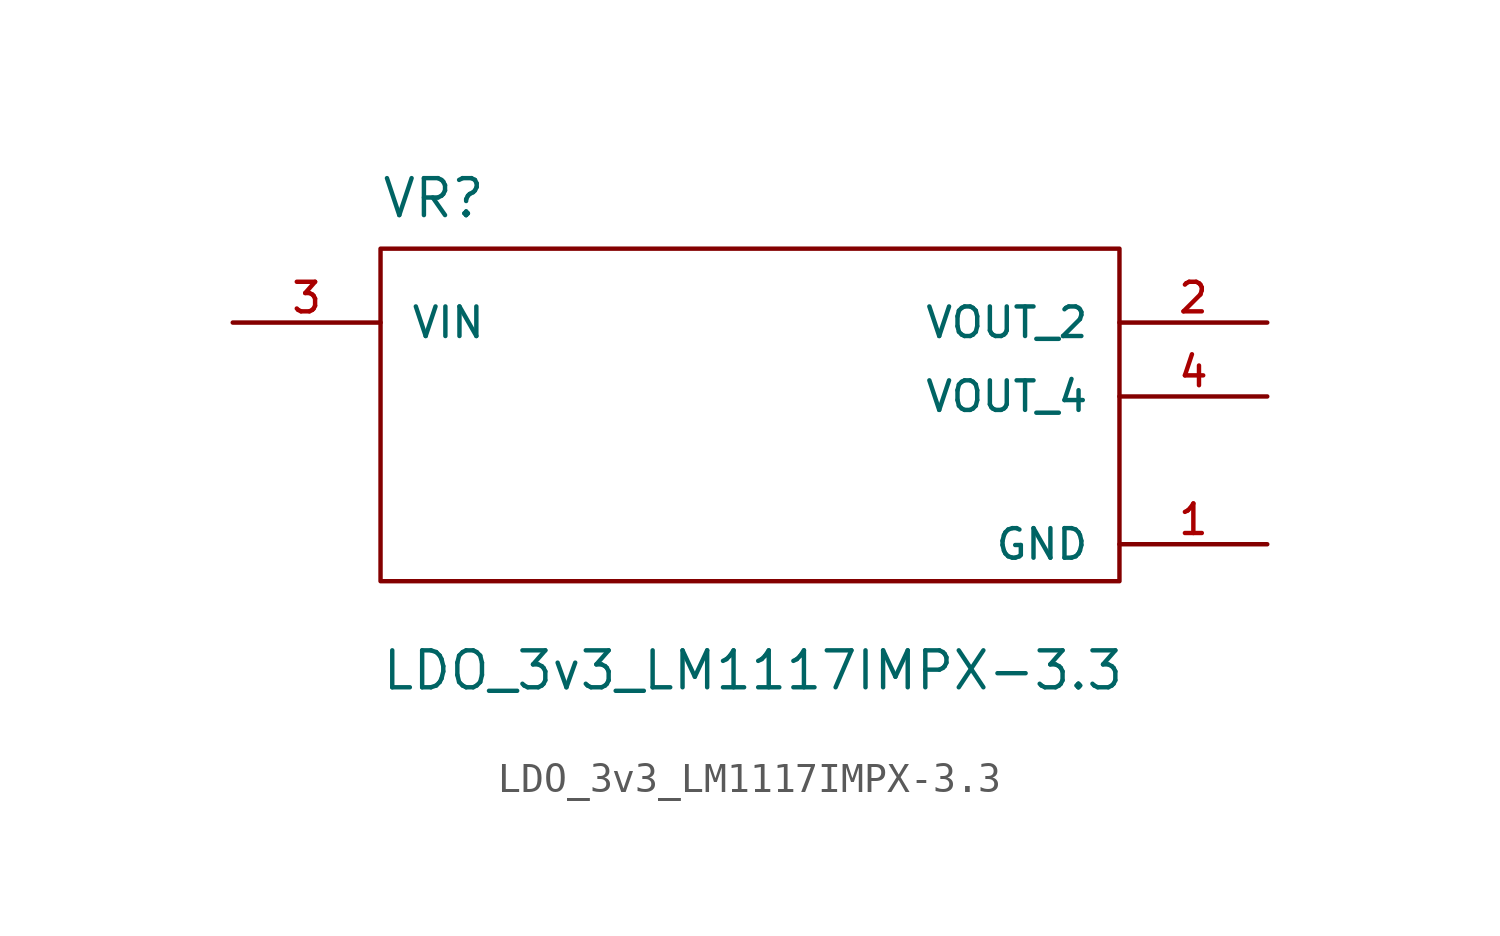
<source format=kicad_sym>
(kicad_symbol_lib
  (version 20201005)
  (generator kicad_symbol_editor)
  (symbol "NB3_hindbrain:LDO_3v3_LM1117IMPX-3.3"
    (pin_names
      (offset 1.016))
    (property "Reference" "VR"
      (at 0 0.991 0)
      (effects (font (size 1.27 1.27)) (justify left bottom)))
    (property "Value" "LDO_3v3_LM1117IMPX-3.3"
      (at 0 -15.24 0)
      (effects (font (size 1.27 1.27)) (justify left bottom)))
    (symbol "LDO_3v3_LM1117IMPX-3.3_0_0"
      (pin power_in line (at 30.48 -10.16 180) (length 5.08) (name "GND" (effects (font (size 1.016 1.016)))) (number "1" (effects (font (size 1.016 1.016)))))
      (pin output line (at 30.48 -2.54 180) (length 5.08) (name "VOUT_2" (effects (font (size 1.016 1.016)))) (number "2" (effects (font (size 1.016 1.016)))))
      (pin input line (at -5.08 -2.54 0) (length 5.08) (name "VIN" (effects (font (size 1.016 1.016)))) (number "3" (effects (font (size 1.016 1.016)))))
      (pin output line (at 30.48 -5.08 180) (length 5.08) (name "VOUT_4" (effects (font (size 1.016 1.016)))) (number "4" (effects (font (size 1.016 1.016))))))
    (symbol "LDO_3v3_LM1117IMPX-3.3_0_1"
      (rectangle (start 0 0) (end 25.4 -11.43) (stroke (width 0.152)) (fill (type none))))))
</source>
